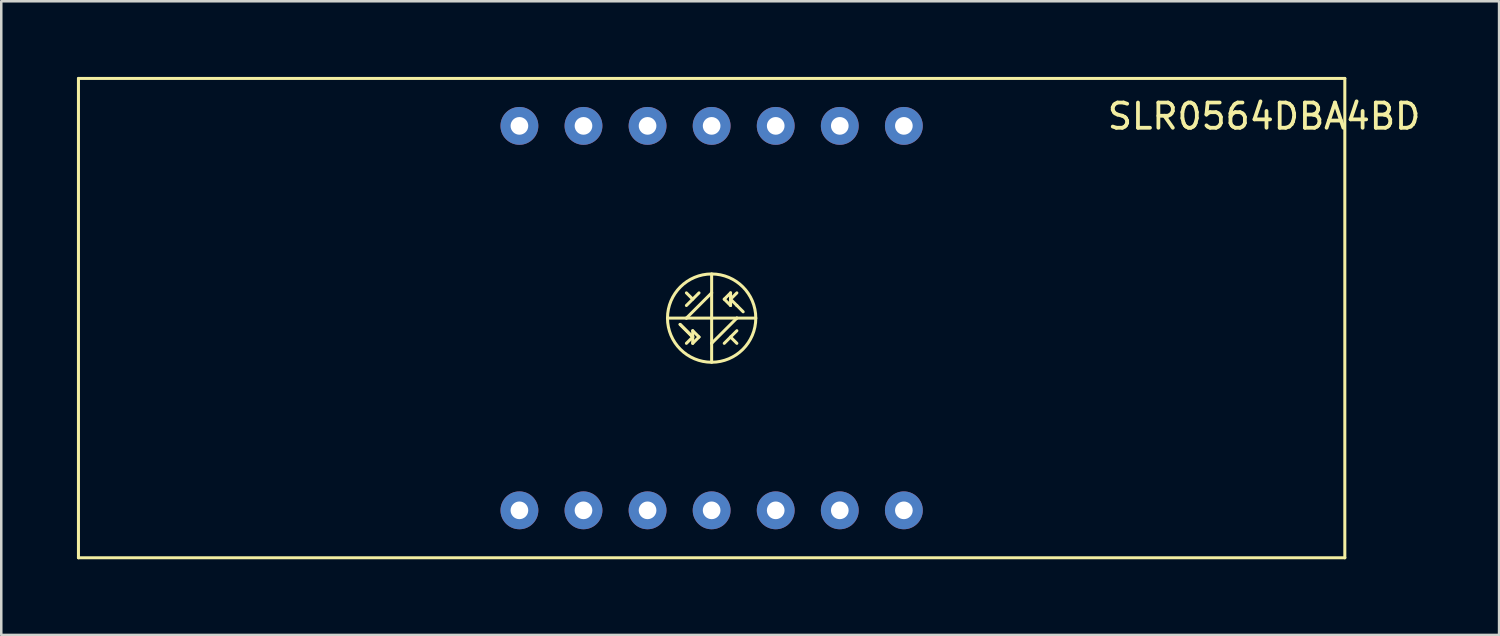
<source format=kicad_pcb>
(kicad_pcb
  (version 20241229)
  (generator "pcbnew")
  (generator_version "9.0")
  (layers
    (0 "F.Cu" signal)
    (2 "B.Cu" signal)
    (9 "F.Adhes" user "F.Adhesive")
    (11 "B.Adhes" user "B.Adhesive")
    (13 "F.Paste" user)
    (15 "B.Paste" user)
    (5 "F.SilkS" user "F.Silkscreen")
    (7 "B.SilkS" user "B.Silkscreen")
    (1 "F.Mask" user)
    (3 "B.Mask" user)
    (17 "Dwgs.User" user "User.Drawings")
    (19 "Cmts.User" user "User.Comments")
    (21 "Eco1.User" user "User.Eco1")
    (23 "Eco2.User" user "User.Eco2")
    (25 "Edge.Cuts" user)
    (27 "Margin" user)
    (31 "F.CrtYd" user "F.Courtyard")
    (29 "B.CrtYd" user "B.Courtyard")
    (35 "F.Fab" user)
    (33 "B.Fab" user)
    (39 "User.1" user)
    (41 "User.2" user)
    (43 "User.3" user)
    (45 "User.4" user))
  (footprint "SLR0564DBA4BD"
    (layer "F.Cu")
    (at 25.16 9.56)
    (property "Reference" "SLR0564DBA4BD" (at 21.9 -8 0) (layer "F.SilkS") (effects (font (size 1 1) (thickness 0.15))))
    (attr through_hole)
    (fp_line (start -25.1 -9.5) (end 25.1 -9.5) (stroke (width 0.12) (type solid)) (layer "F.SilkS"))
    (fp_line (start -25.1 9.5) (end -25.1 -9.5) (stroke (width 0.12) (type solid)) (layer "F.SilkS"))
    (fp_line (start -1.25 0.25) (end -0.75 0.75) (stroke (width 0.12) (type solid)) (layer "F.SilkS"))
    (fp_line (start -1 -1) (end -0.75 -0.75) (stroke (width 0.12) (type solid)) (layer "F.SilkS"))
    (fp_line (start -1 -0.5) (end -0.5 -1) (stroke (width 0.12) (type solid)) (layer "F.SilkS"))
    (fp_line (start -1 0) (end -1.75 0) (stroke (width 0.12) (type solid)) (layer "F.SilkS"))
    (fp_line (start -1 0) (end 0 -1) (stroke (width 0.12) (type solid)) (layer "F.SilkS"))
    (fp_line (start -0.75 0.5) (end -0.5 0.75) (stroke (width 0.12) (type solid)) (layer "F.SilkS"))
    (fp_line (start -0.75 0.75) (end -1.25 0.25) (stroke (width 0.12) (type solid)) (layer "F.SilkS"))
    (fp_line (start -0.75 0.75) (end -1 1) (stroke (width 0.12) (type solid)) (layer "F.SilkS"))
    (fp_line (start -0.75 1) (end -0.75 0.5) (stroke (width 0.12) (type solid)) (layer "F.SilkS"))
    (fp_line (start -0.5 0.75) (end -0.75 1) (stroke (width 0.12) (type solid)) (layer "F.SilkS"))
    (fp_line (start 0 -1) (end 0 -1.75) (stroke (width 0.12) (type solid)) (layer "F.SilkS"))
    (fp_line (start 0 -1) (end 0 1) (stroke (width 0.12) (type solid)) (layer "F.SilkS"))
    (fp_line (start 0 1) (end 0 1.75) (stroke (width 0.12) (type solid)) (layer "F.SilkS"))
    (fp_line (start 0 1) (end 1 0) (stroke (width 0.12) (type solid)) (layer "F.SilkS"))
    (fp_line (start 0.5 -0.75) (end 0.75 -1) (stroke (width 0.12) (type solid)) (layer "F.SilkS"))
    (fp_line (start 0.5 1) (end 1 0.5) (stroke (width 0.12) (type solid)) (layer "F.SilkS"))
    (fp_line (start 0.75 -1) (end 0.75 -0.5) (stroke (width 0.12) (type solid)) (layer "F.SilkS"))
    (fp_line (start 0.75 -0.75) (end 1 -1) (stroke (width 0.12) (type solid)) (layer "F.SilkS"))
    (fp_line (start 0.75 -0.75) (end 1 -0.5) (stroke (width 0.12) (type solid)) (layer "F.SilkS"))
    (fp_line (start 0.75 -0.5) (end 0.5 -0.75) (stroke (width 0.12) (type solid)) (layer "F.SilkS"))
    (fp_line (start 0.75 0.75) (end 1 1) (stroke (width 0.12) (type solid)) (layer "F.SilkS"))
    (fp_line (start 1 -0.5) (end 1.25 -0.25) (stroke (width 0.12) (type solid)) (layer "F.SilkS"))
    (fp_line (start 1 0) (end -1 0) (stroke (width 0.12) (type solid)) (layer "F.SilkS"))
    (fp_line (start 1 0) (end 1.75 0) (stroke (width 0.12) (type solid)) (layer "F.SilkS"))
    (fp_line (start 25.1 -9.5) (end 25.1 9.5) (stroke (width 0.12) (type solid)) (layer "F.SilkS"))
    (fp_line (start 25.1 9.5) (end -25.1 9.5) (stroke (width 0.12) (type solid)) (layer "F.SilkS"))
    (fp_circle (center 0 0) (end 1.75 0) (stroke (width 0.12) (type solid)) (fill no) (layer "F.SilkS"))
    (pad "1" thru_hole circle (at -7.62 7.62) (size 1.5 1.5) (drill 0.7) (layers "*.Cu" "*.Mask"))
    (pad "2" thru_hole circle (at -5.08 7.62) (size 1.5 1.5) (drill 0.7) (layers "*.Cu" "*.Mask"))
    (pad "3" thru_hole circle (at -2.54 7.62) (size 1.5 1.5) (drill 0.7) (layers "*.Cu" "*.Mask"))
    (pad "4" thru_hole circle (at 0 7.62) (size 1.5 1.5) (drill 0.7) (layers "*.Cu" "*.Mask"))
    (pad "5" thru_hole circle (at 2.54 7.62) (size 1.5 1.5) (drill 0.7) (layers "*.Cu" "*.Mask"))
    (pad "6" thru_hole circle (at 5.08 7.62) (size 1.5 1.5) (drill 0.7) (layers "*.Cu" "*.Mask"))
    (pad "7" thru_hole circle (at 7.62 7.62) (size 1.5 1.5) (drill 0.7) (layers "*.Cu" "*.Mask"))
    (pad "8" thru_hole circle (at 7.62 -7.62 180) (size 1.5 1.5) (drill 0.7) (layers "*.Cu" "*.Mask"))
    (pad "9" thru_hole circle (at 5.08 -7.62 180) (size 1.5 1.5) (drill 0.7) (layers "*.Cu" "*.Mask"))
    (pad "10" thru_hole circle (at 2.54 -7.62 180) (size 1.5 1.5) (drill 0.7) (layers "*.Cu" "*.Mask"))
    (pad "11" thru_hole circle (at 0 -7.62 180) (size 1.5 1.5) (drill 0.7) (layers "*.Cu" "*.Mask"))
    (pad "12" thru_hole circle (at -2.54 -7.62 180) (size 1.5 1.5) (drill 0.7) (layers "*.Cu" "*.Mask"))
    (pad "13" thru_hole circle (at -5.08 -7.62 180) (size 1.5 1.5) (drill 0.7) (layers "*.Cu" "*.Mask"))
    (pad "14" thru_hole circle (at -7.62 -7.62 180) (size 1.5 1.5) (drill 0.7) (layers "*.Cu" "*.Mask")))
  (gr_rect
    (start -3 -3)
    (end 56.375 22.12)
    (stroke (width 0.1) (type default))
    (fill no)
    (layer "Edge.Cuts")))
</source>
